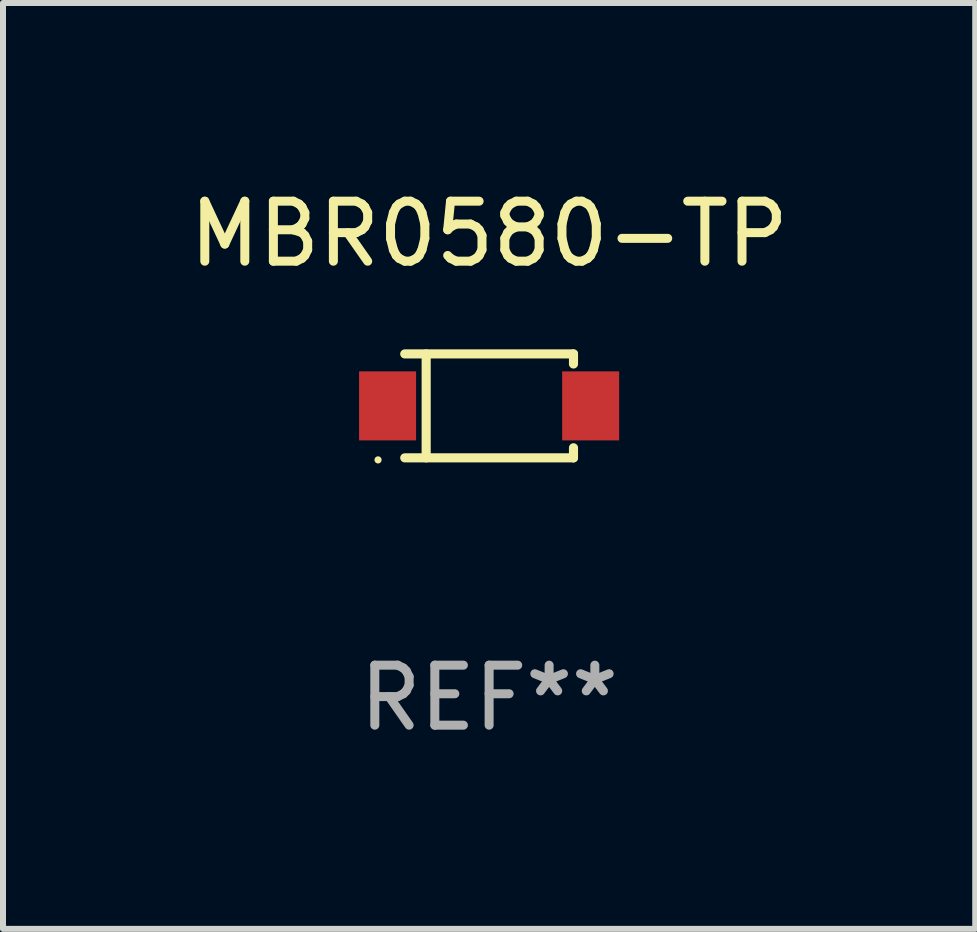
<source format=kicad_pcb>
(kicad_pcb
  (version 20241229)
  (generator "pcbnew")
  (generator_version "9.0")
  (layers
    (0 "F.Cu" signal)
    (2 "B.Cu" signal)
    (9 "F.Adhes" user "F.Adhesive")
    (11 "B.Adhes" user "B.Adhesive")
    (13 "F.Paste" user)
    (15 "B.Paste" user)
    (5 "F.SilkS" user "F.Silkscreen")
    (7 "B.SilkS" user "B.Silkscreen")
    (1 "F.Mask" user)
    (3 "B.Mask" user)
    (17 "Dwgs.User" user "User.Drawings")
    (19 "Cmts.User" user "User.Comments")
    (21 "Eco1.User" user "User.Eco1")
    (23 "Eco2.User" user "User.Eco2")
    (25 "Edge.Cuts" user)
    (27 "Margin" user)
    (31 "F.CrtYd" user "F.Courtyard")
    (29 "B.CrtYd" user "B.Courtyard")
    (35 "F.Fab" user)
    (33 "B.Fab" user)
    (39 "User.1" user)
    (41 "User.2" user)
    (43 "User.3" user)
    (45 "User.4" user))
  (footprint "MBR0580-TP"
    (layer "F.Cu")
    (at 5.101 3.714)
    (property "Reference" "MBR0580-TP" (at 0 -2.866 0) (layer "F.SilkS") (effects (font (size 1 1) (thickness 0.15))))
    (attr through_hole)
    (fp_line (start -1.406 -0.866) (end 1.406 -0.866) (stroke (width 0.152) (type solid)) (layer "F.SilkS"))
    (fp_line (start -1.406 0.866) (end 1.406 0.866) (stroke (width 0.152) (type solid)) (layer "F.SilkS"))
    (fp_line (start -1.049 -0.866) (end -1.049 0.866) (stroke (width 0.152) (type solid)) (layer "F.SilkS"))
    (fp_line (start 1.406 -0.866) (end 1.406 -0.698) (stroke (width 0.152) (type solid)) (layer "F.SilkS"))
    (fp_line (start 1.406 0.866) (end 1.406 0.698) (stroke (width 0.152) (type solid)) (layer "F.SilkS"))
    (fp_circle (center -1.851 0.9) (end -1.821 0.9) (stroke (width 0.06) (type solid)) (fill no) (layer "F.SilkS"))
    (fp_text user "REF**" (at 0 4.866 0) (layer "F.Fab") (effects (font (size 1 1) (thickness 0.15))))
    (pad "1" smd rect (at -1.692 0) (size 0.95 1.15) (layers "F.Cu" "F.Mask" "F.Paste"))
    (pad "2" smd rect (at 1.692 0) (size 0.95 1.15) (layers "F.Cu" "F.Mask" "F.Paste")))
  (gr_rect
    (start -3 -3)
    (end 13.202 12.429)
    (stroke (width 0.1) (type default))
    (fill no)
    (layer "Edge.Cuts")))
</source>
